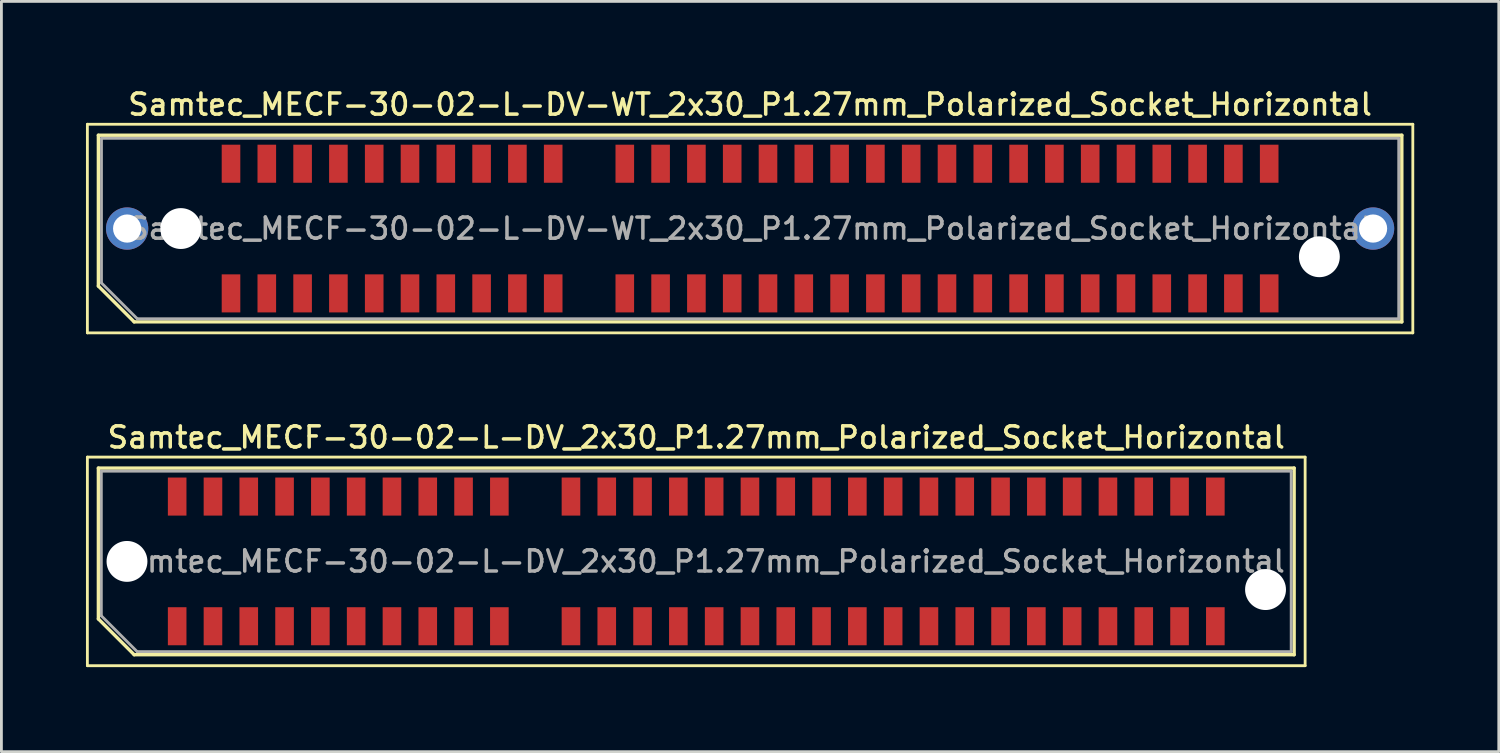
<source format=kicad_pcb>
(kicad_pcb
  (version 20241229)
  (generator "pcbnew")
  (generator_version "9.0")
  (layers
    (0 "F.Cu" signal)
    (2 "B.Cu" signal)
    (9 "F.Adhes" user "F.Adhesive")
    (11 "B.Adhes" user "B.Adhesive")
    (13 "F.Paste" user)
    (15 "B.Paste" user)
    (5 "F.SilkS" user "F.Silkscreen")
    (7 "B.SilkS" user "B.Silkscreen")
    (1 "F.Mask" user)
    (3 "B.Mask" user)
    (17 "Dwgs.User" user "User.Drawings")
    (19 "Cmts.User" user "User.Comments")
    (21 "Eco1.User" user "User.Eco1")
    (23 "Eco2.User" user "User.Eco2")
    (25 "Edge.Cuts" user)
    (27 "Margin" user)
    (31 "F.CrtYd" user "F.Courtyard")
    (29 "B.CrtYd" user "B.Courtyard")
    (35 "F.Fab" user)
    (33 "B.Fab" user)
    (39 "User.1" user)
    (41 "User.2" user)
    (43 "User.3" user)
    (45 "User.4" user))
  (footprint "Samtec_MECF-30-02-L-DV_2x30_P1.27mm_Polarized_Socket_Horizontal"
    (layer "F.Cu")
    (at 21.65 16.866)
    (property "Reference" "Samtec_MECF-30-02-L-DV_2x30_P1.27mm_Polarized_Socket_Horizontal" (at 0 -4.4 0) (layer "F.SilkS") (effects (font (size 0.75 0.75) (thickness 0.125))))
    (attr smd)
    (fp_line (start -21.6 -3.7) (end -21.6 3.7) (stroke (width 0.1) (type solid)) (layer "F.SilkS"))
    (fp_line (start -21.6 3.7) (end 21.6 3.7) (stroke (width 0.1) (type solid)) (layer "F.SilkS"))
    (fp_line (start -21.21 -3.31) (end 21.21 -3.31) (stroke (width 0.12) (type solid)) (layer "F.SilkS"))
    (fp_line (start -21.21 2.04) (end -21.21 -3.31) (stroke (width 0.12) (type solid)) (layer "F.SilkS"))
    (fp_line (start -19.94 3.31) (end -21.21 2.04) (stroke (width 0.12) (type solid)) (layer "F.SilkS"))
    (fp_line (start -19.94 3.31) (end 21.21 3.31) (stroke (width 0.12) (type solid)) (layer "F.SilkS"))
    (fp_line (start 21.21 3.31) (end 21.21 -3.31) (stroke (width 0.12) (type solid)) (layer "F.SilkS"))
    (fp_line (start 21.6 -3.7) (end -21.6 -3.7) (stroke (width 0.1) (type solid)) (layer "F.SilkS"))
    (fp_line (start 21.6 3.7) (end 21.6 -3.7) (stroke (width 0.1) (type solid)) (layer "F.SilkS"))
    (fp_line (start -21.105 -3.2) (end 21.105 -3.2) (stroke (width 0.1) (type solid)) (layer "F.Fab"))
    (fp_line (start -21.105 1.93) (end -21.105 -3.2) (stroke (width 0.1) (type solid)) (layer "F.Fab"))
    (fp_line (start -21.105 1.93) (end -19.835 3.2) (stroke (width 0.1) (type solid)) (layer "F.Fab"))
    (fp_line (start -19.835 3.2) (end 21.105 3.2) (stroke (width 0.1) (type solid)) (layer "F.Fab"))
    (fp_line (start 21.105 3.2) (end 21.105 -3.2) (stroke (width 0.1) (type solid)) (layer "F.Fab"))
    (fp_text user "${REFERENCE}" (at 0 0 0) (layer "F.Fab") (effects (font (size 0.75 0.75) (thickness 0.125))))
    (pad "" np_thru_hole circle (at -20.195 0) (size 1.45 1.45) (drill 1.45) (layers "*.Cu" "*.Mask"))
    (pad "" np_thru_hole circle (at 20.195 1) (size 1.45 1.45) (drill 1.45) (layers "*.Cu" "*.Mask"))
    (pad "1" smd rect (at -18.415 2.3) (size 0.66 1.35) (layers "F.Cu" "F.Mask" "F.Paste"))
    (pad "2" smd rect (at -18.415 -2.3) (size 0.66 1.35) (layers "F.Cu" "F.Mask" "F.Paste"))
    (pad "3" smd rect (at -17.145 2.3) (size 0.66 1.35) (layers "F.Cu" "F.Mask" "F.Paste"))
    (pad "4" smd rect (at -17.145 -2.3) (size 0.66 1.35) (layers "F.Cu" "F.Mask" "F.Paste"))
    (pad "5" smd rect (at -15.875 2.3) (size 0.66 1.35) (layers "F.Cu" "F.Mask" "F.Paste"))
    (pad "6" smd rect (at -15.875 -2.3) (size 0.66 1.35) (layers "F.Cu" "F.Mask" "F.Paste"))
    (pad "7" smd rect (at -14.605 2.3) (size 0.66 1.35) (layers "F.Cu" "F.Mask" "F.Paste"))
    (pad "8" smd rect (at -14.605 -2.3) (size 0.66 1.35) (layers "F.Cu" "F.Mask" "F.Paste"))
    (pad "9" smd rect (at -13.335 2.3) (size 0.66 1.35) (layers "F.Cu" "F.Mask" "F.Paste"))
    (pad "10" smd rect (at -13.335 -2.3) (size 0.66 1.35) (layers "F.Cu" "F.Mask" "F.Paste"))
    (pad "11" smd rect (at -12.065 2.3) (size 0.66 1.35) (layers "F.Cu" "F.Mask" "F.Paste"))
    (pad "12" smd rect (at -12.065 -2.3) (size 0.66 1.35) (layers "F.Cu" "F.Mask" "F.Paste"))
    (pad "13" smd rect (at -10.795 2.3) (size 0.66 1.35) (layers "F.Cu" "F.Mask" "F.Paste"))
    (pad "14" smd rect (at -10.795 -2.3) (size 0.66 1.35) (layers "F.Cu" "F.Mask" "F.Paste"))
    (pad "15" smd rect (at -9.525 2.3) (size 0.66 1.35) (layers "F.Cu" "F.Mask" "F.Paste"))
    (pad "16" smd rect (at -9.525 -2.3) (size 0.66 1.35) (layers "F.Cu" "F.Mask" "F.Paste"))
    (pad "17" smd rect (at -8.255 2.3) (size 0.66 1.35) (layers "F.Cu" "F.Mask" "F.Paste"))
    (pad "18" smd rect (at -8.255 -2.3) (size 0.66 1.35) (layers "F.Cu" "F.Mask" "F.Paste"))
    (pad "19" smd rect (at -6.985 2.3) (size 0.66 1.35) (layers "F.Cu" "F.Mask" "F.Paste"))
    (pad "20" smd rect (at -6.985 -2.3) (size 0.66 1.35) (layers "F.Cu" "F.Mask" "F.Paste"))
    (pad "23" smd rect (at -4.445 2.3) (size 0.66 1.35) (layers "F.Cu" "F.Mask" "F.Paste"))
    (pad "24" smd rect (at -4.445 -2.3) (size 0.66 1.35) (layers "F.Cu" "F.Mask" "F.Paste"))
    (pad "25" smd rect (at -3.175 2.3) (size 0.66 1.35) (layers "F.Cu" "F.Mask" "F.Paste"))
    (pad "26" smd rect (at -3.175 -2.3) (size 0.66 1.35) (layers "F.Cu" "F.Mask" "F.Paste"))
    (pad "27" smd rect (at -1.905 2.3) (size 0.66 1.35) (layers "F.Cu" "F.Mask" "F.Paste"))
    (pad "28" smd rect (at -1.905 -2.3) (size 0.66 1.35) (layers "F.Cu" "F.Mask" "F.Paste"))
    (pad "29" smd rect (at -0.635 2.3) (size 0.66 1.35) (layers "F.Cu" "F.Mask" "F.Paste"))
    (pad "30" smd rect (at -0.635 -2.3) (size 0.66 1.35) (layers "F.Cu" "F.Mask" "F.Paste"))
    (pad "31" smd rect (at 0.635 2.3) (size 0.66 1.35) (layers "F.Cu" "F.Mask" "F.Paste"))
    (pad "32" smd rect (at 0.635 -2.3) (size 0.66 1.35) (layers "F.Cu" "F.Mask" "F.Paste"))
    (pad "33" smd rect (at 1.905 2.3) (size 0.66 1.35) (layers "F.Cu" "F.Mask" "F.Paste"))
    (pad "34" smd rect (at 1.905 -2.3) (size 0.66 1.35) (layers "F.Cu" "F.Mask" "F.Paste"))
    (pad "35" smd rect (at 3.175 2.3) (size 0.66 1.35) (layers "F.Cu" "F.Mask" "F.Paste"))
    (pad "36" smd rect (at 3.175 -2.3) (size 0.66 1.35) (layers "F.Cu" "F.Mask" "F.Paste"))
    (pad "37" smd rect (at 4.445 2.3) (size 0.66 1.35) (layers "F.Cu" "F.Mask" "F.Paste"))
    (pad "38" smd rect (at 4.445 -2.3) (size 0.66 1.35) (layers "F.Cu" "F.Mask" "F.Paste"))
    (pad "39" smd rect (at 5.715 2.3) (size 0.66 1.35) (layers "F.Cu" "F.Mask" "F.Paste"))
    (pad "40" smd rect (at 5.715 -2.3) (size 0.66 1.35) (layers "F.Cu" "F.Mask" "F.Paste"))
    (pad "41" smd rect (at 6.985 2.3) (size 0.66 1.35) (layers "F.Cu" "F.Mask" "F.Paste"))
    (pad "42" smd rect (at 6.985 -2.3) (size 0.66 1.35) (layers "F.Cu" "F.Mask" "F.Paste"))
    (pad "43" smd rect (at 8.255 2.3) (size 0.66 1.35) (layers "F.Cu" "F.Mask" "F.Paste"))
    (pad "44" smd rect (at 8.255 -2.3) (size 0.66 1.35) (layers "F.Cu" "F.Mask" "F.Paste"))
    (pad "45" smd rect (at 9.525 2.3) (size 0.66 1.35) (layers "F.Cu" "F.Mask" "F.Paste"))
    (pad "46" smd rect (at 9.525 -2.3) (size 0.66 1.35) (layers "F.Cu" "F.Mask" "F.Paste"))
    (pad "47" smd rect (at 10.795 2.3) (size 0.66 1.35) (layers "F.Cu" "F.Mask" "F.Paste"))
    (pad "48" smd rect (at 10.795 -2.3) (size 0.66 1.35) (layers "F.Cu" "F.Mask" "F.Paste"))
    (pad "49" smd rect (at 12.065 2.3) (size 0.66 1.35) (layers "F.Cu" "F.Mask" "F.Paste"))
    (pad "50" smd rect (at 12.065 -2.3) (size 0.66 1.35) (layers "F.Cu" "F.Mask" "F.Paste"))
    (pad "51" smd rect (at 13.335 2.3) (size 0.66 1.35) (layers "F.Cu" "F.Mask" "F.Paste"))
    (pad "52" smd rect (at 13.335 -2.3) (size 0.66 1.35) (layers "F.Cu" "F.Mask" "F.Paste"))
    (pad "53" smd rect (at 14.605 2.3) (size 0.66 1.35) (layers "F.Cu" "F.Mask" "F.Paste"))
    (pad "54" smd rect (at 14.605 -2.3) (size 0.66 1.35) (layers "F.Cu" "F.Mask" "F.Paste"))
    (pad "55" smd rect (at 15.875 2.3) (size 0.66 1.35) (layers "F.Cu" "F.Mask" "F.Paste"))
    (pad "56" smd rect (at 15.875 -2.3) (size 0.66 1.35) (layers "F.Cu" "F.Mask" "F.Paste"))
    (pad "57" smd rect (at 17.145 2.3) (size 0.66 1.35) (layers "F.Cu" "F.Mask" "F.Paste"))
    (pad "58" smd rect (at 17.145 -2.3) (size 0.66 1.35) (layers "F.Cu" "F.Mask" "F.Paste"))
    (pad "59" smd rect (at 18.415 2.3) (size 0.66 1.35) (layers "F.Cu" "F.Mask" "F.Paste"))
    (pad "60" smd rect (at 18.415 -2.3) (size 0.66 1.35) (layers "F.Cu" "F.Mask" "F.Paste")))
  (footprint "Samtec_MECF-30-02-L-DV-WT_2x30_P1.27mm_Polarized_Socket_Horizontal"
    (layer "F.Cu")
    (at 23.56 5.058)
    (property "Reference" "Samtec_MECF-30-02-L-DV-WT_2x30_P1.27mm_Polarized_Socket_Horizontal" (at 0 -4.4 0) (layer "F.SilkS") (effects (font (size 0.75 0.75) (thickness 0.125))))
    (attr smd)
    (fp_line (start -23.51 -3.7) (end -23.51 3.7) (stroke (width 0.1) (type solid)) (layer "F.SilkS"))
    (fp_line (start -23.51 3.7) (end 23.51 3.7) (stroke (width 0.1) (type solid)) (layer "F.SilkS"))
    (fp_line (start -23.12 -3.31) (end 23.12 -3.31) (stroke (width 0.12) (type solid)) (layer "F.SilkS"))
    (fp_line (start -23.12 2.04) (end -23.12 -3.31) (stroke (width 0.12) (type solid)) (layer "F.SilkS"))
    (fp_line (start -21.85 3.31) (end -23.12 2.04) (stroke (width 0.12) (type solid)) (layer "F.SilkS"))
    (fp_line (start -21.85 3.31) (end 23.12 3.31) (stroke (width 0.12) (type solid)) (layer "F.SilkS"))
    (fp_line (start 23.12 3.31) (end 23.12 -3.31) (stroke (width 0.12) (type solid)) (layer "F.SilkS"))
    (fp_line (start 23.51 -3.7) (end -23.51 -3.7) (stroke (width 0.1) (type solid)) (layer "F.SilkS"))
    (fp_line (start 23.51 3.7) (end 23.51 -3.7) (stroke (width 0.1) (type solid)) (layer "F.SilkS"))
    (fp_line (start -23.01 -3.2) (end 23.01 -3.2) (stroke (width 0.1) (type solid)) (layer "F.Fab"))
    (fp_line (start -23.01 1.93) (end -23.01 -3.2) (stroke (width 0.1) (type solid)) (layer "F.Fab"))
    (fp_line (start -23.01 1.93) (end -21.74 3.2) (stroke (width 0.1) (type solid)) (layer "F.Fab"))
    (fp_line (start -21.74 3.2) (end 23.01 3.2) (stroke (width 0.1) (type solid)) (layer "F.Fab"))
    (fp_line (start 23.01 3.2) (end 23.01 -3.2) (stroke (width 0.1) (type solid)) (layer "F.Fab"))
    (fp_text user "${REFERENCE}" (at 0 0 0) (layer "F.Fab") (effects (font (size 0.75 0.75) (thickness 0.125))))
    (pad "" thru_hole circle (at -22.1 0) (size 1.5 1.5) (drill 1) (layers "*.Cu" "*.Mask"))
    (pad "" np_thru_hole circle (at -20.195 0) (size 1.45 1.45) (drill 1.45) (layers "*.Cu" "*.Mask"))
    (pad "" np_thru_hole circle (at 20.195 1) (size 1.45 1.45) (drill 1.45) (layers "*.Cu" "*.Mask"))
    (pad "" thru_hole circle (at 22.1 0) (size 1.5 1.5) (drill 1) (layers "*.Cu" "*.Mask"))
    (pad "1" smd rect (at -18.415 2.3) (size 0.66 1.35) (layers "F.Cu" "F.Mask" "F.Paste"))
    (pad "2" smd rect (at -18.415 -2.3) (size 0.66 1.35) (layers "F.Cu" "F.Mask" "F.Paste"))
    (pad "3" smd rect (at -17.145 2.3) (size 0.66 1.35) (layers "F.Cu" "F.Mask" "F.Paste"))
    (pad "4" smd rect (at -17.145 -2.3) (size 0.66 1.35) (layers "F.Cu" "F.Mask" "F.Paste"))
    (pad "5" smd rect (at -15.875 2.3) (size 0.66 1.35) (layers "F.Cu" "F.Mask" "F.Paste"))
    (pad "6" smd rect (at -15.875 -2.3) (size 0.66 1.35) (layers "F.Cu" "F.Mask" "F.Paste"))
    (pad "7" smd rect (at -14.605 2.3) (size 0.66 1.35) (layers "F.Cu" "F.Mask" "F.Paste"))
    (pad "8" smd rect (at -14.605 -2.3) (size 0.66 1.35) (layers "F.Cu" "F.Mask" "F.Paste"))
    (pad "9" smd rect (at -13.335 2.3) (size 0.66 1.35) (layers "F.Cu" "F.Mask" "F.Paste"))
    (pad "10" smd rect (at -13.335 -2.3) (size 0.66 1.35) (layers "F.Cu" "F.Mask" "F.Paste"))
    (pad "11" smd rect (at -12.065 2.3) (size 0.66 1.35) (layers "F.Cu" "F.Mask" "F.Paste"))
    (pad "12" smd rect (at -12.065 -2.3) (size 0.66 1.35) (layers "F.Cu" "F.Mask" "F.Paste"))
    (pad "13" smd rect (at -10.795 2.3) (size 0.66 1.35) (layers "F.Cu" "F.Mask" "F.Paste"))
    (pad "14" smd rect (at -10.795 -2.3) (size 0.66 1.35) (layers "F.Cu" "F.Mask" "F.Paste"))
    (pad "15" smd rect (at -9.525 2.3) (size 0.66 1.35) (layers "F.Cu" "F.Mask" "F.Paste"))
    (pad "16" smd rect (at -9.525 -2.3) (size 0.66 1.35) (layers "F.Cu" "F.Mask" "F.Paste"))
    (pad "17" smd rect (at -8.255 2.3) (size 0.66 1.35) (layers "F.Cu" "F.Mask" "F.Paste"))
    (pad "18" smd rect (at -8.255 -2.3) (size 0.66 1.35) (layers "F.Cu" "F.Mask" "F.Paste"))
    (pad "19" smd rect (at -6.985 2.3) (size 0.66 1.35) (layers "F.Cu" "F.Mask" "F.Paste"))
    (pad "20" smd rect (at -6.985 -2.3) (size 0.66 1.35) (layers "F.Cu" "F.Mask" "F.Paste"))
    (pad "23" smd rect (at -4.445 2.3) (size 0.66 1.35) (layers "F.Cu" "F.Mask" "F.Paste"))
    (pad "24" smd rect (at -4.445 -2.3) (size 0.66 1.35) (layers "F.Cu" "F.Mask" "F.Paste"))
    (pad "25" smd rect (at -3.175 2.3) (size 0.66 1.35) (layers "F.Cu" "F.Mask" "F.Paste"))
    (pad "26" smd rect (at -3.175 -2.3) (size 0.66 1.35) (layers "F.Cu" "F.Mask" "F.Paste"))
    (pad "27" smd rect (at -1.905 2.3) (size 0.66 1.35) (layers "F.Cu" "F.Mask" "F.Paste"))
    (pad "28" smd rect (at -1.905 -2.3) (size 0.66 1.35) (layers "F.Cu" "F.Mask" "F.Paste"))
    (pad "29" smd rect (at -0.635 2.3) (size 0.66 1.35) (layers "F.Cu" "F.Mask" "F.Paste"))
    (pad "30" smd rect (at -0.635 -2.3) (size 0.66 1.35) (layers "F.Cu" "F.Mask" "F.Paste"))
    (pad "31" smd rect (at 0.635 2.3) (size 0.66 1.35) (layers "F.Cu" "F.Mask" "F.Paste"))
    (pad "32" smd rect (at 0.635 -2.3) (size 0.66 1.35) (layers "F.Cu" "F.Mask" "F.Paste"))
    (pad "33" smd rect (at 1.905 2.3) (size 0.66 1.35) (layers "F.Cu" "F.Mask" "F.Paste"))
    (pad "34" smd rect (at 1.905 -2.3) (size 0.66 1.35) (layers "F.Cu" "F.Mask" "F.Paste"))
    (pad "35" smd rect (at 3.175 2.3) (size 0.66 1.35) (layers "F.Cu" "F.Mask" "F.Paste"))
    (pad "36" smd rect (at 3.175 -2.3) (size 0.66 1.35) (layers "F.Cu" "F.Mask" "F.Paste"))
    (pad "37" smd rect (at 4.445 2.3) (size 0.66 1.35) (layers "F.Cu" "F.Mask" "F.Paste"))
    (pad "38" smd rect (at 4.445 -2.3) (size 0.66 1.35) (layers "F.Cu" "F.Mask" "F.Paste"))
    (pad "39" smd rect (at 5.715 2.3) (size 0.66 1.35) (layers "F.Cu" "F.Mask" "F.Paste"))
    (pad "40" smd rect (at 5.715 -2.3) (size 0.66 1.35) (layers "F.Cu" "F.Mask" "F.Paste"))
    (pad "41" smd rect (at 6.985 2.3) (size 0.66 1.35) (layers "F.Cu" "F.Mask" "F.Paste"))
    (pad "42" smd rect (at 6.985 -2.3) (size 0.66 1.35) (layers "F.Cu" "F.Mask" "F.Paste"))
    (pad "43" smd rect (at 8.255 2.3) (size 0.66 1.35) (layers "F.Cu" "F.Mask" "F.Paste"))
    (pad "44" smd rect (at 8.255 -2.3) (size 0.66 1.35) (layers "F.Cu" "F.Mask" "F.Paste"))
    (pad "45" smd rect (at 9.525 2.3) (size 0.66 1.35) (layers "F.Cu" "F.Mask" "F.Paste"))
    (pad "46" smd rect (at 9.525 -2.3) (size 0.66 1.35) (layers "F.Cu" "F.Mask" "F.Paste"))
    (pad "47" smd rect (at 10.795 2.3) (size 0.66 1.35) (layers "F.Cu" "F.Mask" "F.Paste"))
    (pad "48" smd rect (at 10.795 -2.3) (size 0.66 1.35) (layers "F.Cu" "F.Mask" "F.Paste"))
    (pad "49" smd rect (at 12.065 2.3) (size 0.66 1.35) (layers "F.Cu" "F.Mask" "F.Paste"))
    (pad "50" smd rect (at 12.065 -2.3) (size 0.66 1.35) (layers "F.Cu" "F.Mask" "F.Paste"))
    (pad "51" smd rect (at 13.335 2.3) (size 0.66 1.35) (layers "F.Cu" "F.Mask" "F.Paste"))
    (pad "52" smd rect (at 13.335 -2.3) (size 0.66 1.35) (layers "F.Cu" "F.Mask" "F.Paste"))
    (pad "53" smd rect (at 14.605 2.3) (size 0.66 1.35) (layers "F.Cu" "F.Mask" "F.Paste"))
    (pad "54" smd rect (at 14.605 -2.3) (size 0.66 1.35) (layers "F.Cu" "F.Mask" "F.Paste"))
    (pad "55" smd rect (at 15.875 2.3) (size 0.66 1.35) (layers "F.Cu" "F.Mask" "F.Paste"))
    (pad "56" smd rect (at 15.875 -2.3) (size 0.66 1.35) (layers "F.Cu" "F.Mask" "F.Paste"))
    (pad "57" smd rect (at 17.145 2.3) (size 0.66 1.35) (layers "F.Cu" "F.Mask" "F.Paste"))
    (pad "58" smd rect (at 17.145 -2.3) (size 0.66 1.35) (layers "F.Cu" "F.Mask" "F.Paste"))
    (pad "59" smd rect (at 18.415 2.3) (size 0.66 1.35) (layers "F.Cu" "F.Mask" "F.Paste"))
    (pad "60" smd rect (at 18.415 -2.3) (size 0.66 1.35) (layers "F.Cu" "F.Mask" "F.Paste")))
  (gr_rect
    (start -3 -3)
    (end 50.12 23.616)
    (stroke (width 0.1) (type default))
    (fill no)
    (layer "Edge.Cuts")))
</source>
